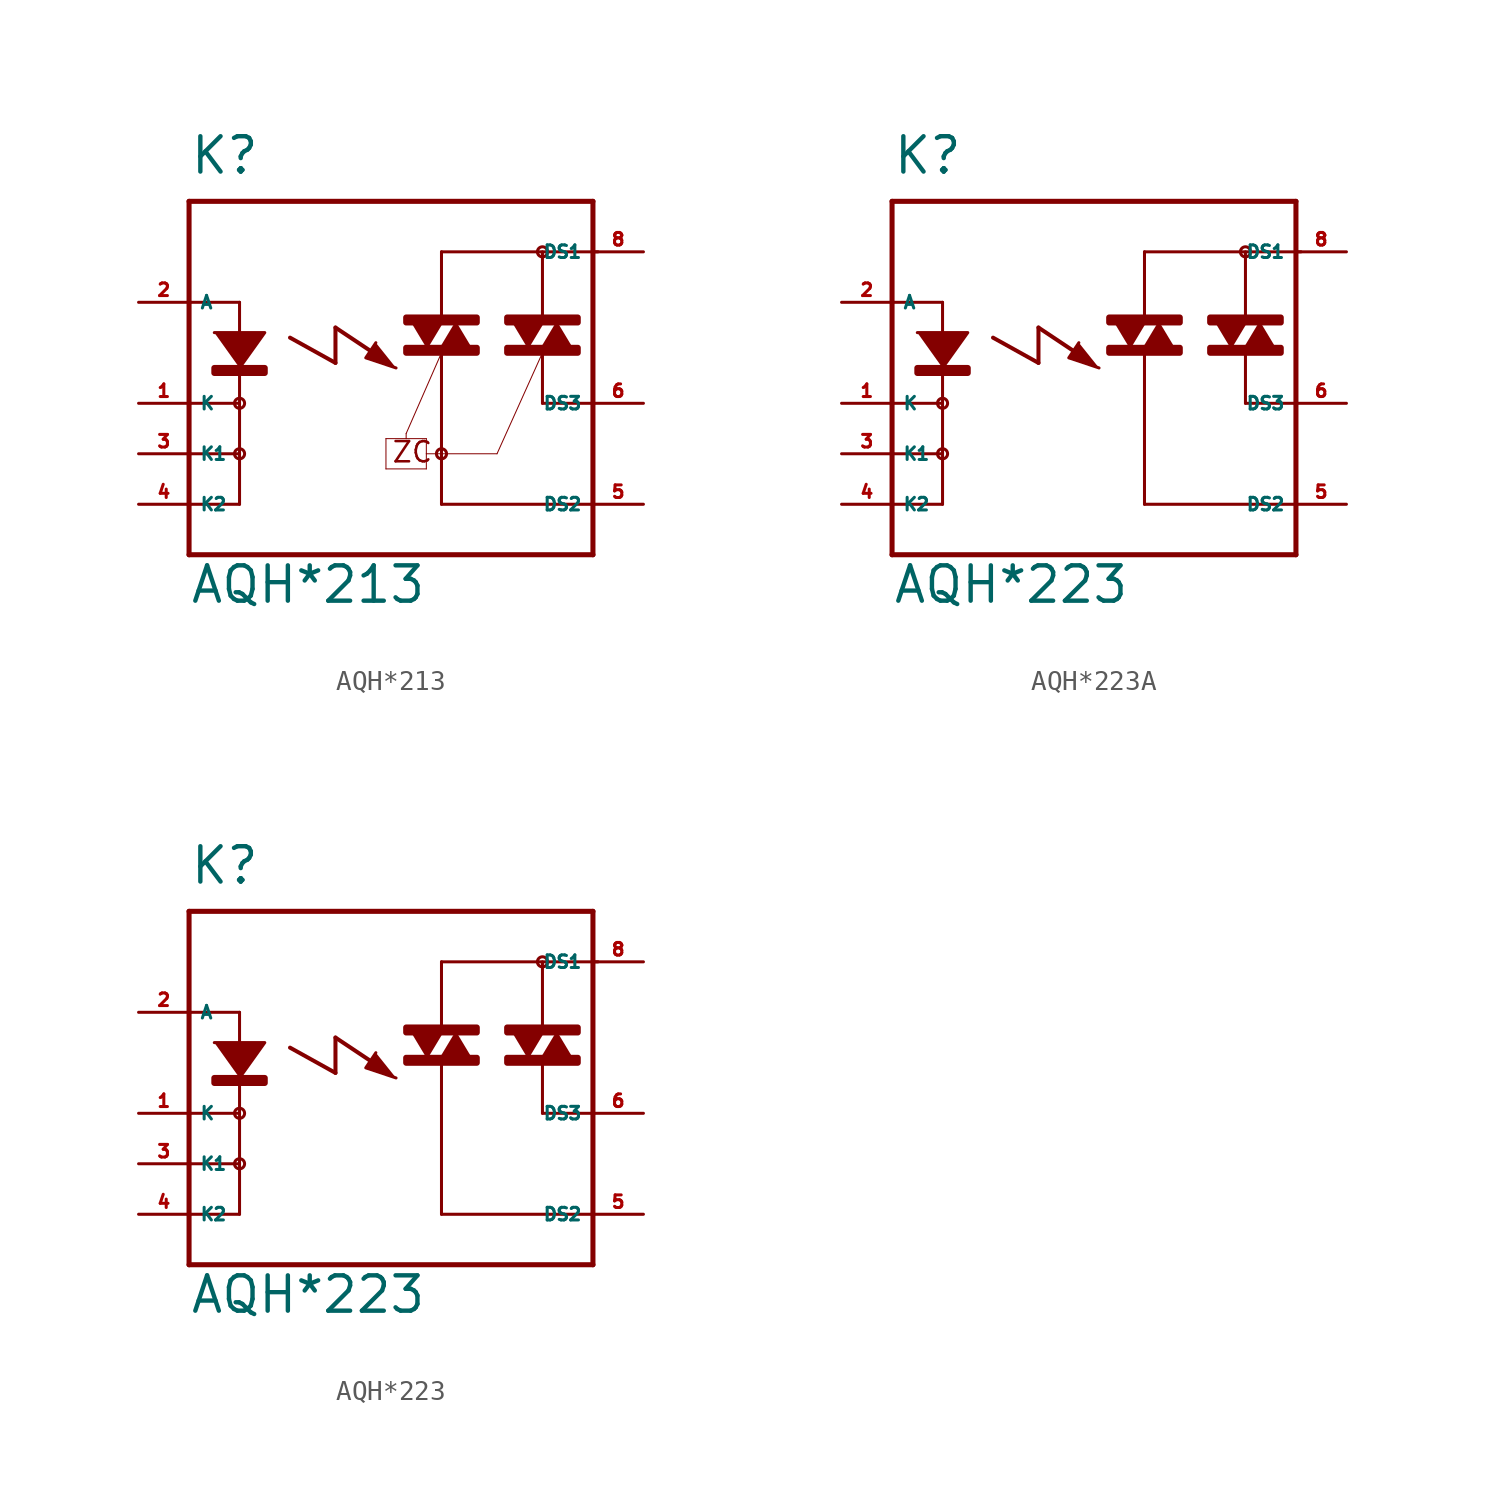
<source format=kicad_sym>
(kicad_symbol_lib
  (version 20220914)
  (generator Eagle2Kicad)
  (symbol "AQH*213"
    (property "Reference" "K"
      (at -10.16 11.43 0)
      (effects (font (size 1.778 1.778) (thickness 0.22)) (justify left bottom)))
    (property "Value" "AQH*213"
      (at -10.16 -10.16 0)
      (effects (font (size 1.778 1.778) (thickness 0.22)) (justify left bottom)))
    (polyline
      (pts (xy -8.89 3.556) (xy -6.35 3.556) (xy -7.62 1.778))
      (stroke (width 0.152) (type default))
      (fill (type outline)))
    (polyline
      (pts (xy 3.302 4.064) (xy 2.54 2.794) (xy 4.064 2.794))
      (stroke (width 0.152) (type default))
      (fill (type outline)))
    (polyline
      (pts (xy -0.762 3.048) (xy -1.27 2.286) (xy 0.254 1.778))
      (stroke (width 0.152) (type default))
      (fill (type outline)))
    (polyline
      (pts (xy 1.778 2.794) (xy 2.54 4.064) (xy 1.016 4.064))
      (stroke (width 0.152) (type default))
      (fill (type outline)))
    (polyline
      (pts (xy 8.382 4.064) (xy 7.62 2.794) (xy 9.144 2.794))
      (stroke (width 0.152) (type default))
      (fill (type outline)))
    (polyline
      (pts (xy 6.858 2.794) (xy 7.62 4.064) (xy 6.096 4.064))
      (stroke (width 0.152) (type default))
      (fill (type outline)))
    (polyline
      (pts (xy -7.62 5.08) (xy -7.62 0))
      (stroke (width 0.152) (type default))
      (fill (type none)))
    (polyline
      (pts (xy -10.16 10.16) (xy -10.16 5.08))
      (stroke (width 0.254) (type default))
      (fill (type none)))
    (polyline
      (pts (xy -10.16 5.08) (xy -10.16 0))
      (stroke (width 0.254) (type default))
      (fill (type none)))
    (polyline
      (pts (xy -10.16 0) (xy -10.16 -2.54))
      (stroke (width 0.254) (type default))
      (fill (type none)))
    (polyline
      (pts (xy -10.16 -2.54) (xy -10.16 -5.08))
      (stroke (width 0.254) (type default))
      (fill (type none)))
    (polyline
      (pts (xy -10.16 -5.08) (xy -10.16 -7.62))
      (stroke (width 0.254) (type default))
      (fill (type none)))
    (polyline
      (pts (xy -10.16 -7.62) (xy 10.16 -7.62))
      (stroke (width 0.254) (type default))
      (fill (type none)))
    (polyline
      (pts (xy 2.54 7.62) (xy 10.414 7.62))
      (stroke (width 0.152) (type default))
      (fill (type none)))
    (polyline
      (pts (xy 2.54 -2.54) (xy 2.54 -5.08))
      (stroke (width 0.152) (type default))
      (fill (type none)))
    (polyline
      (pts (xy 2.54 -5.08) (xy 10.16 -5.08))
      (stroke (width 0.152) (type default))
      (fill (type none)))
    (polyline
      (pts (xy 10.16 -7.62) (xy 10.16 -5.08))
      (stroke (width 0.254) (type default))
      (fill (type none)))
    (polyline
      (pts (xy 10.16 -5.08) (xy 10.16 0))
      (stroke (width 0.254) (type default))
      (fill (type none)))
    (polyline
      (pts (xy 10.16 0) (xy 10.16 10.16))
      (stroke (width 0.254) (type default))
      (fill (type none)))
    (polyline
      (pts (xy 10.16 10.16) (xy -10.16 10.16))
      (stroke (width 0.254) (type default))
      (fill (type none)))
    (polyline
      (pts (xy 2.54 7.62) (xy 2.54 4.318))
      (stroke (width 0.152) (type default))
      (fill (type none)))
    (polyline
      (pts (xy 2.54 2.54) (xy 2.54 -2.54))
      (stroke (width 0.152) (type default))
      (fill (type none)))
    (polyline
      (pts (xy -7.62 5.08) (xy -10.16 5.08))
      (stroke (width 0.152) (type default))
      (fill (type none)))
    (polyline
      (pts (xy -7.62 0) (xy -10.16 0))
      (stroke (width 0.152) (type default))
      (fill (type none)))
    (polyline
      (pts (xy -5.08 3.302) (xy -2.794 2.032))
      (stroke (width 0.203) (type default))
      (fill (type none)))
    (polyline
      (pts (xy -2.794 2.032) (xy -2.794 3.81))
      (stroke (width 0.203) (type default))
      (fill (type none)))
    (polyline
      (pts (xy -2.794 3.81) (xy -0.889 2.54))
      (stroke (width 0.203) (type default))
      (fill (type none)))
    (polyline
      (pts (xy 2.54 2.54) (xy 0.762 -1.524))
      (stroke (width 0.051) (type default))
      (fill (type none)))
    (polyline
      (pts (xy 0.762 -1.524) (xy 0.762 -1.778))
      (stroke (width 0.051) (type default))
      (fill (type none)))
    (polyline
      (pts (xy 0.762 -1.778) (xy -0.254 -1.778))
      (stroke (width 0.051) (type default))
      (fill (type none)))
    (polyline
      (pts (xy -0.254 -1.778) (xy -0.254 -3.302))
      (stroke (width 0.051) (type default))
      (fill (type none)))
    (polyline
      (pts (xy -0.254 -3.302) (xy 1.778 -3.302))
      (stroke (width 0.051) (type default))
      (fill (type none)))
    (polyline
      (pts (xy 1.778 -3.302) (xy 1.778 -2.54))
      (stroke (width 0.051) (type default))
      (fill (type none)))
    (polyline
      (pts (xy 1.778 -2.54) (xy 1.778 -1.778))
      (stroke (width 0.051) (type default))
      (fill (type none)))
    (polyline
      (pts (xy 1.778 -1.778) (xy 0.762 -1.778))
      (stroke (width 0.051) (type default))
      (fill (type none)))
    (polyline
      (pts (xy 1.778 -2.54) (xy 2.54 -2.54))
      (stroke (width 0.051) (type default))
      (fill (type none)))
    (polyline
      (pts (xy 7.62 7.62) (xy 7.62 4.318))
      (stroke (width 0.152) (type default))
      (fill (type none)))
    (polyline
      (pts (xy 7.62 2.54) (xy 7.62 0))
      (stroke (width 0.152) (type default))
      (fill (type none)))
    (polyline
      (pts (xy 7.62 0) (xy 10.16 0))
      (stroke (width 0.152) (type default))
      (fill (type none)))
    (polyline
      (pts (xy 7.62 2.54) (xy 5.334 -2.54))
      (stroke (width 0.051) (type default))
      (fill (type none)))
    (polyline
      (pts (xy 2.54 -2.54) (xy 5.334 -2.54))
      (stroke (width 0.051) (type default))
      (fill (type none)))
    (polyline
      (pts (xy -7.62 -2.54) (xy -10.16 -2.54))
      (stroke (width 0.152) (type default))
      (fill (type none)))
    (polyline
      (pts (xy -7.62 -5.08) (xy -10.16 -5.08))
      (stroke (width 0.152) (type default))
      (fill (type none)))
    (polyline
      (pts (xy -7.62 0) (xy -7.62 -2.54))
      (stroke (width 0.152) (type default))
      (fill (type none)))
    (polyline
      (pts (xy -7.62 -2.54) (xy -7.62 -5.08))
      (stroke (width 0.152) (type default))
      (fill (type none)))
    (text "ZC"
      (at 0 -3.048 0)
      (effects (font (size 1.016 1.016) (thickness 0.13)) (justify left bottom)))
    (circle
      (center 2.54 -2.54)
      (radius 0.254)
      (stroke (width 0) (type default))
      (fill (type none)))
    (circle
      (center 7.62 7.62)
      (radius 0.254)
      (stroke (width 0) (type default))
      (fill (type none)))
    (circle
      (center -7.62 0)
      (radius 0.254)
      (stroke (width 0) (type default))
      (fill (type none)))
    (circle
      (center -7.62 -2.54)
      (radius 0.254)
      (stroke (width 0) (type default))
      (fill (type none)))
    (rectangle
      (start -8.89 1.524)
      (end -6.35 1.778)
      (stroke (width 0.3) (type default))
      (fill (type outline)))
    (rectangle
      (start 0.762 4.064)
      (end 4.318 4.318)
      (stroke (width 0.3) (type default))
      (fill (type outline)))
    (rectangle
      (start 0.762 2.54)
      (end 4.318 2.794)
      (stroke (width 0.3) (type default))
      (fill (type outline)))
    (rectangle
      (start 5.842 4.064)
      (end 9.398 4.318)
      (stroke (width 0.3) (type default))
      (fill (type outline)))
    (rectangle
      (start 5.842 2.54)
      (end 9.398 2.794)
      (stroke (width 0.3) (type default))
      (fill (type outline)))
    (pin passive line
      (at -12.7 5.08 0)
      (length 2.54)
      (name "A" (effects (font (size 0.635 0.635) (thickness 0.08)) (justify left bottom)))
      (number "2" (effects (font (size 0.635 0.635) (thickness 0.08)) (justify left bottom))))
    (pin passive line
      (at -12.7 0 0)
      (length 2.54)
      (name "K" (effects (font (size 0.635 0.635) (thickness 0.08)) (justify left bottom)))
      (number "1" (effects (font (size 0.635 0.635) (thickness 0.08)) (justify left bottom))))
    (pin passive line
      (at 12.7 7.62 180)
      (length 2.54)
      (name "DS1" (effects (font (size 0.635 0.635) (thickness 0.08)) (justify left bottom)))
      (number "8" (effects (font (size 0.635 0.635) (thickness 0.08)) (justify left bottom))))
    (pin passive line
      (at 12.7 -5.08 180)
      (length 2.54)
      (name "DS2" (effects (font (size 0.635 0.635) (thickness 0.08)) (justify left bottom)))
      (number "5" (effects (font (size 0.635 0.635) (thickness 0.08)) (justify left bottom))))
    (pin passive line
      (at 12.7 0 180)
      (length 2.54)
      (name "DS3" (effects (font (size 0.635 0.635) (thickness 0.08)) (justify left bottom)))
      (number "6" (effects (font (size 0.635 0.635) (thickness 0.08)) (justify left bottom))))
    (pin passive line
      (at -12.7 -2.54 0)
      (length 2.54)
      (name "K1" (effects (font (size 0.635 0.635) (thickness 0.08)) (justify left bottom)))
      (number "3" (effects (font (size 0.635 0.635) (thickness 0.08)) (justify left bottom))))
    (pin passive line
      (at -12.7 -5.08 0)
      (length 2.54)
      (name "K2" (effects (font (size 0.635 0.635) (thickness 0.08)) (justify left bottom)))
      (number "4" (effects (font (size 0.635 0.635) (thickness 0.08)) (justify left bottom)))))
  (symbol "AQH*223A"
    (property "Reference" "K"
      (at -10.16 11.43 0)
      (effects (font (size 1.778 1.778) (thickness 0.22)) (justify left bottom)))
    (property "Value" "AQH*223"
      (at -10.16 -10.16 0)
      (effects (font (size 1.778 1.778) (thickness 0.22)) (justify left bottom)))
    (polyline
      (pts (xy -8.89 3.556) (xy -6.35 3.556) (xy -7.62 1.778))
      (stroke (width 0.152) (type default))
      (fill (type outline)))
    (polyline
      (pts (xy 3.302 4.064) (xy 2.54 2.794) (xy 4.064 2.794))
      (stroke (width 0.152) (type default))
      (fill (type outline)))
    (polyline
      (pts (xy -0.762 3.048) (xy -1.27 2.286) (xy 0.254 1.778))
      (stroke (width 0.152) (type default))
      (fill (type outline)))
    (polyline
      (pts (xy 1.778 2.794) (xy 2.54 4.064) (xy 1.016 4.064))
      (stroke (width 0.152) (type default))
      (fill (type outline)))
    (polyline
      (pts (xy 8.382 4.064) (xy 7.62 2.794) (xy 9.144 2.794))
      (stroke (width 0.152) (type default))
      (fill (type outline)))
    (polyline
      (pts (xy 6.858 2.794) (xy 7.62 4.064) (xy 6.096 4.064))
      (stroke (width 0.152) (type default))
      (fill (type outline)))
    (polyline
      (pts (xy -7.62 5.08) (xy -7.62 0))
      (stroke (width 0.152) (type default))
      (fill (type none)))
    (polyline
      (pts (xy -10.16 10.16) (xy -10.16 5.08))
      (stroke (width 0.254) (type default))
      (fill (type none)))
    (polyline
      (pts (xy -10.16 5.08) (xy -10.16 0))
      (stroke (width 0.254) (type default))
      (fill (type none)))
    (polyline
      (pts (xy -10.16 0) (xy -10.16 -2.54))
      (stroke (width 0.254) (type default))
      (fill (type none)))
    (polyline
      (pts (xy -10.16 -2.54) (xy -10.16 -5.08))
      (stroke (width 0.254) (type default))
      (fill (type none)))
    (polyline
      (pts (xy -10.16 -5.08) (xy -10.16 -7.62))
      (stroke (width 0.254) (type default))
      (fill (type none)))
    (polyline
      (pts (xy -10.16 -7.62) (xy 10.16 -7.62))
      (stroke (width 0.254) (type default))
      (fill (type none)))
    (polyline
      (pts (xy 2.54 7.62) (xy 10.414 7.62))
      (stroke (width 0.152) (type default))
      (fill (type none)))
    (polyline
      (pts (xy 2.54 -5.08) (xy 10.16 -5.08))
      (stroke (width 0.152) (type default))
      (fill (type none)))
    (polyline
      (pts (xy 10.16 -7.62) (xy 10.16 -5.08))
      (stroke (width 0.254) (type default))
      (fill (type none)))
    (polyline
      (pts (xy 10.16 -5.08) (xy 10.16 0))
      (stroke (width 0.254) (type default))
      (fill (type none)))
    (polyline
      (pts (xy 10.16 0) (xy 10.16 10.16))
      (stroke (width 0.254) (type default))
      (fill (type none)))
    (polyline
      (pts (xy 10.16 10.16) (xy -10.16 10.16))
      (stroke (width 0.254) (type default))
      (fill (type none)))
    (polyline
      (pts (xy 2.54 7.62) (xy 2.54 4.318))
      (stroke (width 0.152) (type default))
      (fill (type none)))
    (polyline
      (pts (xy 2.54 2.54) (xy 2.54 -5.08))
      (stroke (width 0.152) (type default))
      (fill (type none)))
    (polyline
      (pts (xy -7.62 5.08) (xy -10.16 5.08))
      (stroke (width 0.152) (type default))
      (fill (type none)))
    (polyline
      (pts (xy -7.62 0) (xy -10.16 0))
      (stroke (width 0.152) (type default))
      (fill (type none)))
    (polyline
      (pts (xy -5.08 3.302) (xy -2.794 2.032))
      (stroke (width 0.203) (type default))
      (fill (type none)))
    (polyline
      (pts (xy -2.794 2.032) (xy -2.794 3.81))
      (stroke (width 0.203) (type default))
      (fill (type none)))
    (polyline
      (pts (xy -2.794 3.81) (xy -0.889 2.54))
      (stroke (width 0.203) (type default))
      (fill (type none)))
    (polyline
      (pts (xy 7.62 7.62) (xy 7.62 4.318))
      (stroke (width 0.152) (type default))
      (fill (type none)))
    (polyline
      (pts (xy 7.62 2.54) (xy 7.62 0))
      (stroke (width 0.152) (type default))
      (fill (type none)))
    (polyline
      (pts (xy 7.62 0) (xy 10.16 0))
      (stroke (width 0.152) (type default))
      (fill (type none)))
    (polyline
      (pts (xy -7.62 -2.54) (xy -10.16 -2.54))
      (stroke (width 0.152) (type default))
      (fill (type none)))
    (polyline
      (pts (xy -7.62 -5.08) (xy -10.16 -5.08))
      (stroke (width 0.152) (type default))
      (fill (type none)))
    (polyline
      (pts (xy -7.62 0) (xy -7.62 -2.54))
      (stroke (width 0.152) (type default))
      (fill (type none)))
    (polyline
      (pts (xy -7.62 -2.54) (xy -7.62 -5.08))
      (stroke (width 0.152) (type default))
      (fill (type none)))
    (circle
      (center 7.62 7.62)
      (radius 0.254)
      (stroke (width 0) (type default))
      (fill (type none)))
    (circle
      (center -7.62 0)
      (radius 0.254)
      (stroke (width 0) (type default))
      (fill (type none)))
    (circle
      (center -7.62 -2.54)
      (radius 0.254)
      (stroke (width 0) (type default))
      (fill (type none)))
    (rectangle
      (start -8.89 1.524)
      (end -6.35 1.778)
      (stroke (width 0.3) (type default))
      (fill (type outline)))
    (rectangle
      (start 0.762 4.064)
      (end 4.318 4.318)
      (stroke (width 0.3) (type default))
      (fill (type outline)))
    (rectangle
      (start 0.762 2.54)
      (end 4.318 2.794)
      (stroke (width 0.3) (type default))
      (fill (type outline)))
    (rectangle
      (start 5.842 4.064)
      (end 9.398 4.318)
      (stroke (width 0.3) (type default))
      (fill (type outline)))
    (rectangle
      (start 5.842 2.54)
      (end 9.398 2.794)
      (stroke (width 0.3) (type default))
      (fill (type outline)))
    (pin passive line
      (at -12.7 5.08 0)
      (length 2.54)
      (name "A" (effects (font (size 0.635 0.635) (thickness 0.08)) (justify left bottom)))
      (number "2" (effects (font (size 0.635 0.635) (thickness 0.08)) (justify left bottom))))
    (pin passive line
      (at -12.7 0 0)
      (length 2.54)
      (name "K" (effects (font (size 0.635 0.635) (thickness 0.08)) (justify left bottom)))
      (number "1" (effects (font (size 0.635 0.635) (thickness 0.08)) (justify left bottom))))
    (pin passive line
      (at 12.7 7.62 180)
      (length 2.54)
      (name "DS1" (effects (font (size 0.635 0.635) (thickness 0.08)) (justify left bottom)))
      (number "8" (effects (font (size 0.635 0.635) (thickness 0.08)) (justify left bottom))))
    (pin passive line
      (at 12.7 -5.08 180)
      (length 2.54)
      (name "DS2" (effects (font (size 0.635 0.635) (thickness 0.08)) (justify left bottom)))
      (number "5" (effects (font (size 0.635 0.635) (thickness 0.08)) (justify left bottom))))
    (pin passive line
      (at 12.7 0 180)
      (length 2.54)
      (name "DS3" (effects (font (size 0.635 0.635) (thickness 0.08)) (justify left bottom)))
      (number "6" (effects (font (size 0.635 0.635) (thickness 0.08)) (justify left bottom))))
    (pin passive line
      (at -12.7 -2.54 0)
      (length 2.54)
      (name "K1" (effects (font (size 0.635 0.635) (thickness 0.08)) (justify left bottom)))
      (number "3" (effects (font (size 0.635 0.635) (thickness 0.08)) (justify left bottom))))
    (pin passive line
      (at -12.7 -5.08 0)
      (length 2.54)
      (name "K2" (effects (font (size 0.635 0.635) (thickness 0.08)) (justify left bottom)))
      (number "4" (effects (font (size 0.635 0.635) (thickness 0.08)) (justify left bottom)))))
  (symbol "AQH*223"
    (property "Reference" "K"
      (at -10.16 11.43 0)
      (effects (font (size 1.778 1.778) (thickness 0.22)) (justify left bottom)))
    (property "Value" "AQH*223"
      (at -10.16 -10.16 0)
      (effects (font (size 1.778 1.778) (thickness 0.22)) (justify left bottom)))
    (polyline
      (pts (xy -8.89 3.556) (xy -6.35 3.556) (xy -7.62 1.778))
      (stroke (width 0.152) (type default))
      (fill (type outline)))
    (polyline
      (pts (xy 3.302 4.064) (xy 2.54 2.794) (xy 4.064 2.794))
      (stroke (width 0.152) (type default))
      (fill (type outline)))
    (polyline
      (pts (xy -0.762 3.048) (xy -1.27 2.286) (xy 0.254 1.778))
      (stroke (width 0.152) (type default))
      (fill (type outline)))
    (polyline
      (pts (xy 1.778 2.794) (xy 2.54 4.064) (xy 1.016 4.064))
      (stroke (width 0.152) (type default))
      (fill (type outline)))
    (polyline
      (pts (xy 8.382 4.064) (xy 7.62 2.794) (xy 9.144 2.794))
      (stroke (width 0.152) (type default))
      (fill (type outline)))
    (polyline
      (pts (xy 6.858 2.794) (xy 7.62 4.064) (xy 6.096 4.064))
      (stroke (width 0.152) (type default))
      (fill (type outline)))
    (polyline
      (pts (xy -7.62 5.08) (xy -7.62 0))
      (stroke (width 0.152) (type default))
      (fill (type none)))
    (polyline
      (pts (xy -10.16 10.16) (xy -10.16 5.08))
      (stroke (width 0.254) (type default))
      (fill (type none)))
    (polyline
      (pts (xy -10.16 5.08) (xy -10.16 0))
      (stroke (width 0.254) (type default))
      (fill (type none)))
    (polyline
      (pts (xy -10.16 0) (xy -10.16 -2.54))
      (stroke (width 0.254) (type default))
      (fill (type none)))
    (polyline
      (pts (xy -10.16 -2.54) (xy -10.16 -5.08))
      (stroke (width 0.254) (type default))
      (fill (type none)))
    (polyline
      (pts (xy -10.16 -5.08) (xy -10.16 -7.62))
      (stroke (width 0.254) (type default))
      (fill (type none)))
    (polyline
      (pts (xy -10.16 -7.62) (xy 10.16 -7.62))
      (stroke (width 0.254) (type default))
      (fill (type none)))
    (polyline
      (pts (xy 2.54 7.62) (xy 10.414 7.62))
      (stroke (width 0.152) (type default))
      (fill (type none)))
    (polyline
      (pts (xy 2.54 -5.08) (xy 10.16 -5.08))
      (stroke (width 0.152) (type default))
      (fill (type none)))
    (polyline
      (pts (xy 10.16 -7.62) (xy 10.16 -5.08))
      (stroke (width 0.254) (type default))
      (fill (type none)))
    (polyline
      (pts (xy 10.16 -5.08) (xy 10.16 0))
      (stroke (width 0.254) (type default))
      (fill (type none)))
    (polyline
      (pts (xy 10.16 0) (xy 10.16 10.16))
      (stroke (width 0.254) (type default))
      (fill (type none)))
    (polyline
      (pts (xy 10.16 10.16) (xy -10.16 10.16))
      (stroke (width 0.254) (type default))
      (fill (type none)))
    (polyline
      (pts (xy 2.54 7.62) (xy 2.54 4.318))
      (stroke (width 0.152) (type default))
      (fill (type none)))
    (polyline
      (pts (xy 2.54 2.54) (xy 2.54 -5.08))
      (stroke (width 0.152) (type default))
      (fill (type none)))
    (polyline
      (pts (xy -7.62 5.08) (xy -10.16 5.08))
      (stroke (width 0.152) (type default))
      (fill (type none)))
    (polyline
      (pts (xy -7.62 0) (xy -10.16 0))
      (stroke (width 0.152) (type default))
      (fill (type none)))
    (polyline
      (pts (xy -5.08 3.302) (xy -2.794 2.032))
      (stroke (width 0.203) (type default))
      (fill (type none)))
    (polyline
      (pts (xy -2.794 2.032) (xy -2.794 3.81))
      (stroke (width 0.203) (type default))
      (fill (type none)))
    (polyline
      (pts (xy -2.794 3.81) (xy -0.889 2.54))
      (stroke (width 0.203) (type default))
      (fill (type none)))
    (polyline
      (pts (xy 7.62 7.62) (xy 7.62 4.318))
      (stroke (width 0.152) (type default))
      (fill (type none)))
    (polyline
      (pts (xy 7.62 2.54) (xy 7.62 0))
      (stroke (width 0.152) (type default))
      (fill (type none)))
    (polyline
      (pts (xy 7.62 0) (xy 10.16 0))
      (stroke (width 0.152) (type default))
      (fill (type none)))
    (polyline
      (pts (xy -7.62 -2.54) (xy -10.16 -2.54))
      (stroke (width 0.152) (type default))
      (fill (type none)))
    (polyline
      (pts (xy -7.62 -5.08) (xy -10.16 -5.08))
      (stroke (width 0.152) (type default))
      (fill (type none)))
    (polyline
      (pts (xy -7.62 0) (xy -7.62 -2.54))
      (stroke (width 0.152) (type default))
      (fill (type none)))
    (polyline
      (pts (xy -7.62 -2.54) (xy -7.62 -5.08))
      (stroke (width 0.152) (type default))
      (fill (type none)))
    (circle
      (center 7.62 7.62)
      (radius 0.254)
      (stroke (width 0) (type default))
      (fill (type none)))
    (circle
      (center -7.62 0)
      (radius 0.254)
      (stroke (width 0) (type default))
      (fill (type none)))
    (circle
      (center -7.62 -2.54)
      (radius 0.254)
      (stroke (width 0) (type default))
      (fill (type none)))
    (rectangle
      (start -8.89 1.524)
      (end -6.35 1.778)
      (stroke (width 0.3) (type default))
      (fill (type outline)))
    (rectangle
      (start 0.762 4.064)
      (end 4.318 4.318)
      (stroke (width 0.3) (type default))
      (fill (type outline)))
    (rectangle
      (start 0.762 2.54)
      (end 4.318 2.794)
      (stroke (width 0.3) (type default))
      (fill (type outline)))
    (rectangle
      (start 5.842 4.064)
      (end 9.398 4.318)
      (stroke (width 0.3) (type default))
      (fill (type outline)))
    (rectangle
      (start 5.842 2.54)
      (end 9.398 2.794)
      (stroke (width 0.3) (type default))
      (fill (type outline)))
    (pin passive line
      (at -12.7 5.08 0)
      (length 2.54)
      (name "A" (effects (font (size 0.635 0.635) (thickness 0.08)) (justify left bottom)))
      (number "2" (effects (font (size 0.635 0.635) (thickness 0.08)) (justify left bottom))))
    (pin passive line
      (at -12.7 0 0)
      (length 2.54)
      (name "K" (effects (font (size 0.635 0.635) (thickness 0.08)) (justify left bottom)))
      (number "1" (effects (font (size 0.635 0.635) (thickness 0.08)) (justify left bottom))))
    (pin passive line
      (at 12.7 7.62 180)
      (length 2.54)
      (name "DS1" (effects (font (size 0.635 0.635) (thickness 0.08)) (justify left bottom)))
      (number "8" (effects (font (size 0.635 0.635) (thickness 0.08)) (justify left bottom))))
    (pin passive line
      (at 12.7 -5.08 180)
      (length 2.54)
      (name "DS2" (effects (font (size 0.635 0.635) (thickness 0.08)) (justify left bottom)))
      (number "5" (effects (font (size 0.635 0.635) (thickness 0.08)) (justify left bottom))))
    (pin passive line
      (at 12.7 0 180)
      (length 2.54)
      (name "DS3" (effects (font (size 0.635 0.635) (thickness 0.08)) (justify left bottom)))
      (number "6" (effects (font (size 0.635 0.635) (thickness 0.08)) (justify left bottom))))
    (pin passive line
      (at -12.7 -2.54 0)
      (length 2.54)
      (name "K1" (effects (font (size 0.635 0.635) (thickness 0.08)) (justify left bottom)))
      (number "3" (effects (font (size 0.635 0.635) (thickness 0.08)) (justify left bottom))))
    (pin passive line
      (at -12.7 -5.08 0)
      (length 2.54)
      (name "K2" (effects (font (size 0.635 0.635) (thickness 0.08)) (justify left bottom)))
      (number "4" (effects (font (size 0.635 0.635) (thickness 0.08)) (justify left bottom))))))
</source>
